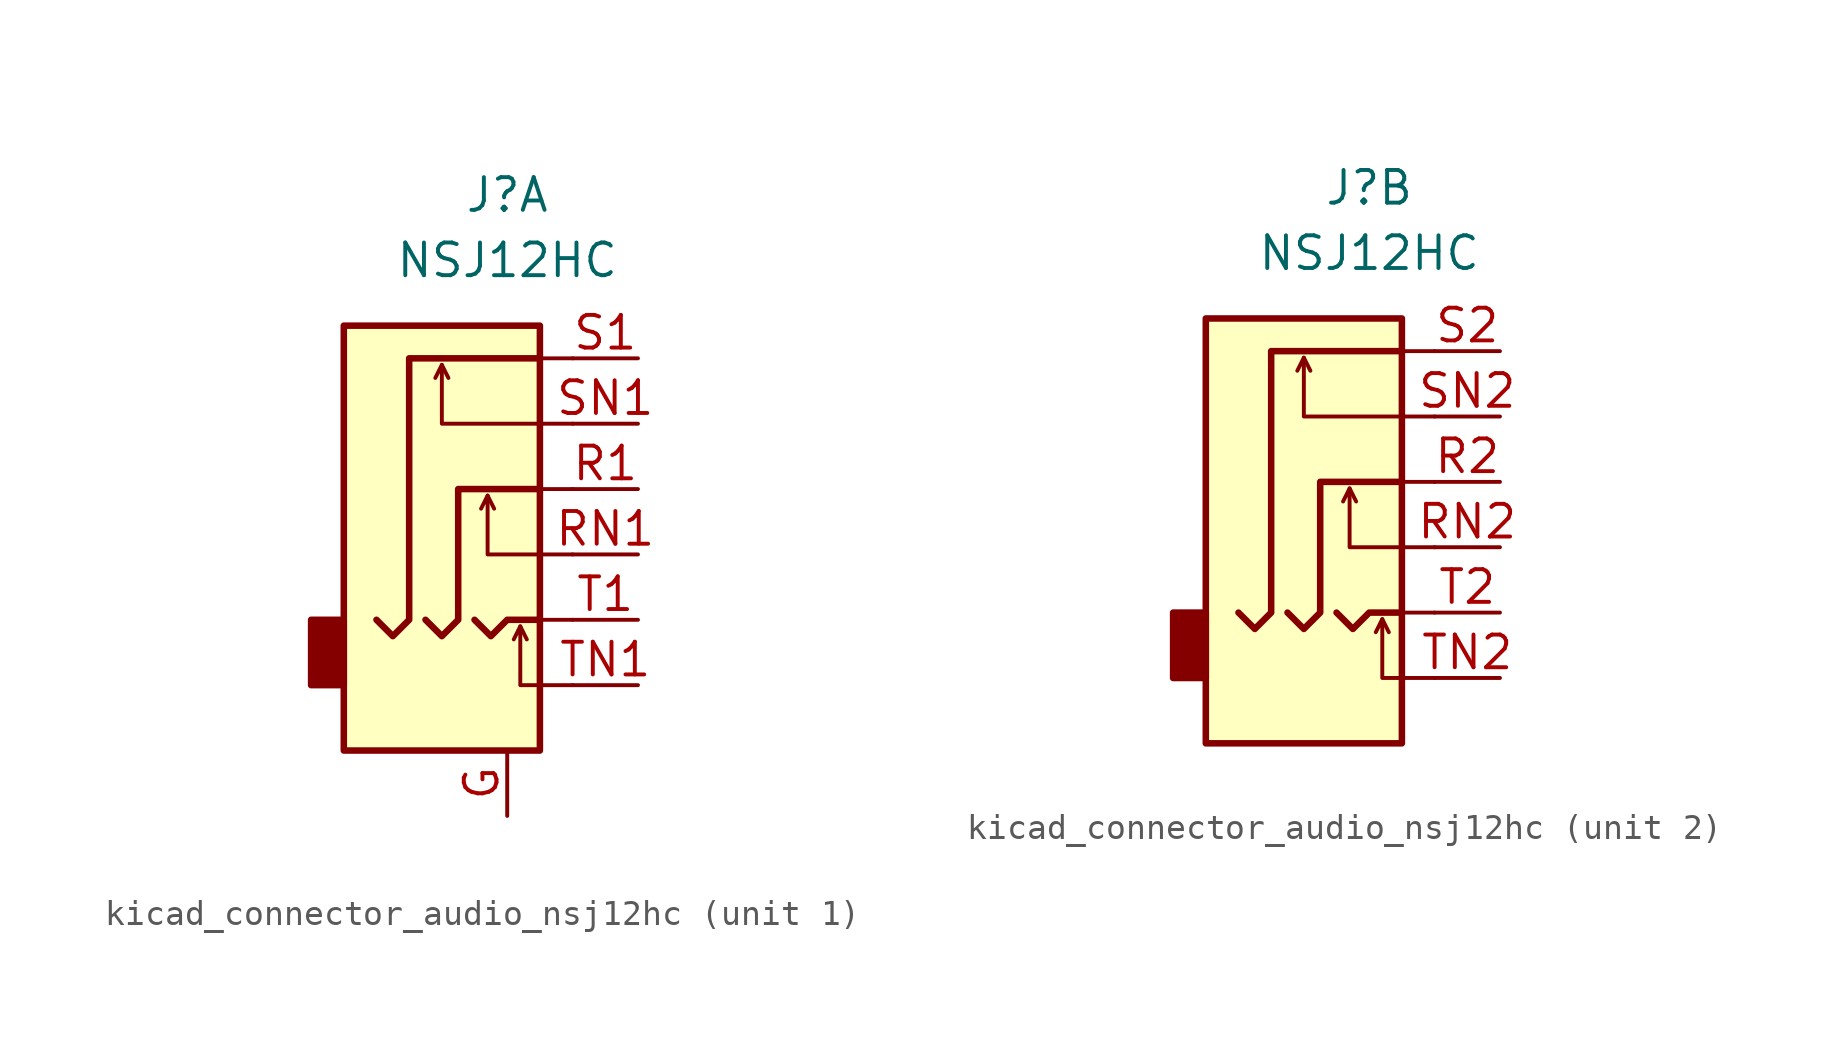
<source format=kicad_sym>
(kicad_symbol_lib
  (version 20220914)
  (generator kicad_symbol_editor)
  (symbol "kicad_connector_audio_nsj12hc"
    (property "Reference" "J"
      (at 0 11.43 0)
      (effects (font (size 1.27 1.27))))
    (property "Value" "NSJ12HC"
      (at 0 8.89 0)
      (effects (font (size 1.27 1.27))))
    (symbol "kicad_connector_audio_nsj12hc_0_1"
      (rectangle (start -6.35 -5.08) (end -7.62 -7.62) (stroke (width 0.254) (type default)) (fill (type outline)))
      (polyline (pts (xy -2.54 4.826) (xy -2.286 4.318)) (stroke (width 0) (type default)) (fill (type none)))
      (polyline (pts (xy -0.762 -0.254) (xy -0.508 -0.762)) (stroke (width 0) (type default)) (fill (type none)))
      (polyline (pts (xy 0.508 -5.334) (xy 0.762 -5.842)) (stroke (width 0) (type default)) (fill (type none)))
      (polyline (pts (xy 1.27 0) (xy 2.54 0)) (stroke (width 0) (type default)) (fill (type none)))
      (polyline (pts (xy 2.54 -5.08) (xy 1.27 -5.08)) (stroke (width 0) (type default)) (fill (type none)))
      (polyline (pts (xy 2.54 5.08) (xy 1.27 5.08)) (stroke (width 0) (type default)) (fill (type none)))
      (polyline (pts (xy -1.27 -5.08) (xy -0.635 -5.715) (xy 0 -5.08) (xy 1.27 -5.08)) (stroke (width 0.254) (type default)) (fill (type none)))
      (polyline (pts (xy 2.54 -7.62) (xy 0.508 -7.62) (xy 0.508 -5.334) (xy 0.254 -5.842)) (stroke (width 0) (type default)) (fill (type none)))
      (polyline (pts (xy 2.54 -2.54) (xy -0.762 -2.54) (xy -0.762 -0.254) (xy -1.016 -0.762)) (stroke (width 0) (type default)) (fill (type none)))
      (polyline (pts (xy 2.54 2.54) (xy -2.54 2.54) (xy -2.54 4.826) (xy -2.794 4.318)) (stroke (width 0) (type default)) (fill (type none)))
      (polyline (pts (xy -3.175 -5.08) (xy -2.54 -5.715) (xy -1.905 -5.08) (xy -1.905 0) (xy 1.27 0)) (stroke (width 0.254) (type default)) (fill (type none)))
      (polyline (pts (xy 1.27 5.08) (xy -3.81 5.08) (xy -3.81 -5.08) (xy -4.445 -5.715) (xy -5.08 -5.08)) (stroke (width 0.254) (type default)) (fill (type none)))
      (rectangle (start 1.27 6.35) (end -6.35 -10.16) (stroke (width 0.254) (type default)) (fill (type background))))
    (symbol "kicad_connector_audio_nsj12hc_1_1"
      (pin passive line (at 0 -12.7 90) (length 2.54) (name "~" (effects (font (size 1.27 1.27)))) (number "G" (effects (font (size 1.27 1.27)))))
      (pin passive line (at 5.08 0 180) (length 2.54) (name "~" (effects (font (size 1.27 1.27)))) (number "R1" (effects (font (size 1.27 1.27)))))
      (pin passive line (at 5.08 -2.54 180) (length 2.54) (name "~" (effects (font (size 1.27 1.27)))) (number "RN1" (effects (font (size 1.27 1.27)))))
      (pin passive line (at 5.08 5.08 180) (length 2.54) (name "~" (effects (font (size 1.27 1.27)))) (number "S1" (effects (font (size 1.27 1.27)))))
      (pin passive line (at 5.08 2.54 180) (length 2.54) (name "~" (effects (font (size 1.27 1.27)))) (number "SN1" (effects (font (size 1.27 1.27)))))
      (pin passive line (at 5.08 -5.08 180) (length 2.54) (name "~" (effects (font (size 1.27 1.27)))) (number "T1" (effects (font (size 1.27 1.27)))))
      (pin passive line (at 5.08 -7.62 180) (length 2.54) (name "~" (effects (font (size 1.27 1.27)))) (number "TN1" (effects (font (size 1.27 1.27))))))
    (symbol "kicad_connector_audio_nsj12hc_2_1"
      (pin passive line (at 5.08 0 180) (length 2.54) (name "~" (effects (font (size 1.27 1.27)))) (number "R2" (effects (font (size 1.27 1.27)))))
      (pin passive line (at 5.08 -2.54 180) (length 2.54) (name "~" (effects (font (size 1.27 1.27)))) (number "RN2" (effects (font (size 1.27 1.27)))))
      (pin passive line (at 5.08 5.08 180) (length 2.54) (name "~" (effects (font (size 1.27 1.27)))) (number "S2" (effects (font (size 1.27 1.27)))))
      (pin passive line (at 5.08 2.54 180) (length 2.54) (name "~" (effects (font (size 1.27 1.27)))) (number "SN2" (effects (font (size 1.27 1.27)))))
      (pin passive line (at 5.08 -5.08 180) (length 2.54) (name "~" (effects (font (size 1.27 1.27)))) (number "T2" (effects (font (size 1.27 1.27)))))
      (pin passive line (at 5.08 -7.62 180) (length 2.54) (name "~" (effects (font (size 1.27 1.27)))) (number "TN2" (effects (font (size 1.27 1.27))))))))
</source>
